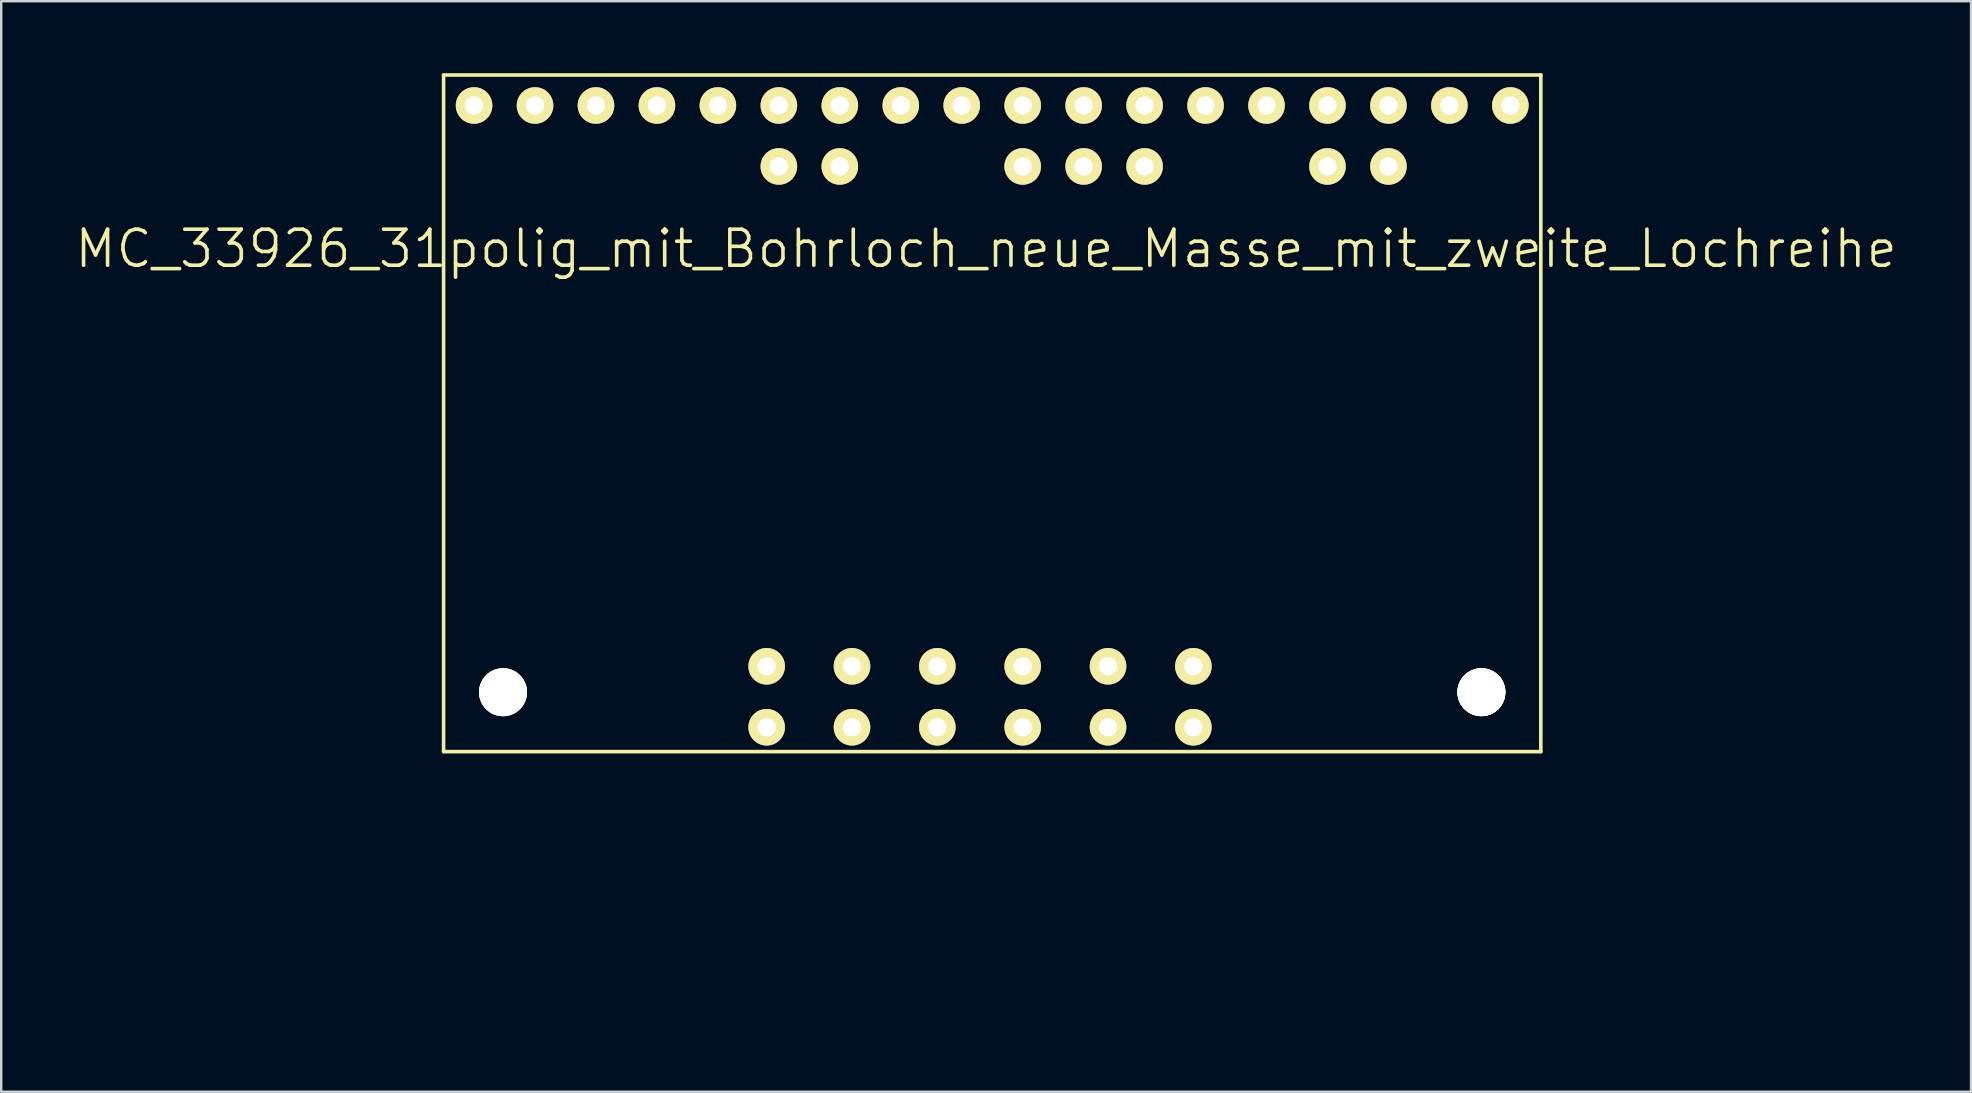
<source format=kicad_pcb>
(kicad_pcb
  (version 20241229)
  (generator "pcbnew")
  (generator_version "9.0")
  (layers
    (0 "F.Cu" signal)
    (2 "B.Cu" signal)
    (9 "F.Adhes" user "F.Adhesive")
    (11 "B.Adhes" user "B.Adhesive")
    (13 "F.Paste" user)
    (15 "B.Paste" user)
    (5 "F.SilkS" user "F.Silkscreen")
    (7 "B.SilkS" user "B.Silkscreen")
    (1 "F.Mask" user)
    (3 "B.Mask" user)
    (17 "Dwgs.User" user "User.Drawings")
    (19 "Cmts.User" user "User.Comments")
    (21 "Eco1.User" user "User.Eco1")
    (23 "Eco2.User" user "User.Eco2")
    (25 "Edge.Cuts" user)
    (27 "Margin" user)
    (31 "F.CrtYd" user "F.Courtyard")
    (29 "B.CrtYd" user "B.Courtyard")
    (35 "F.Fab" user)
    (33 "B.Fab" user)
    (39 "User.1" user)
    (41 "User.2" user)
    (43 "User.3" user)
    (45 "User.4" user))
  (footprint "MC_33926_31polig_mit_Bohrloch_neue_Masse_mit_zweite_Lochreihe"
    (layer "F.Cu")
    (at 11.623 39.191)
    (property "Reference" "MC_33926_31polig_mit_Bohrloch_neue_Masse_mit_zweite_Lochreihe" (at 26.416 -31.877 0) (layer "F.SilkS") (effects (font (size 1.5 1.5) (thickness 0.15))))
    (attr through_hole)
    (fp_line (start 3.81 -39.116) (end 49.53 -39.116) (stroke (width 0.15) (type solid)) (layer "F.SilkS"))
    (fp_line (start 3.81 -10.922) (end 3.81 -39.116) (stroke (width 0.15) (type solid)) (layer "F.SilkS"))
    (fp_line (start 49.53 -39.116) (end 49.53 -10.922) (stroke (width 0.15) (type solid)) (layer "F.SilkS"))
    (fp_line (start 49.53 -10.922) (end 3.81 -10.922) (stroke (width 0.15) (type solid)) (layer "F.SilkS"))
    (fp_circle (center 6.287 -13.399) (end 7.048 -13.906) (stroke (width 0.15) (type solid)) (fill no) (layer "F.SilkS"))
    (fp_circle (center 17.78 -35.306) (end 17.907 -35.052) (stroke (width 0.15) (type solid)) (fill no) (layer "F.SilkS"))
    (fp_circle (center 20.32 -35.306) (end 20.447 -35.052) (stroke (width 0.15) (type solid)) (fill no) (layer "F.SilkS"))
    (fp_circle (center 27.94 -35.306) (end 28.067 -35.052) (stroke (width 0.15) (type solid)) (fill no) (layer "F.SilkS"))
    (fp_circle (center 30.48 -35.306) (end 30.607 -35.052) (stroke (width 0.15) (type solid)) (fill no) (layer "F.SilkS"))
    (fp_circle (center 33.02 -35.306) (end 33.147 -35.052) (stroke (width 0.15) (type solid)) (fill no) (layer "F.SilkS"))
    (fp_circle (center 40.64 -35.306) (end 40.767 -35.052) (stroke (width 0.15) (type solid)) (fill no) (layer "F.SilkS"))
    (fp_circle (center 43.18 -35.306) (end 43.434 -35.179) (stroke (width 0.15) (type solid)) (fill no) (layer "F.SilkS"))
    (fp_circle (center 47.053 -13.399) (end 47.816 -13.906) (stroke (width 0.15) (type solid)) (fill no) (layer "F.SilkS"))
    (fp_circle (center 47.053 -13.399) (end 47.816 -13.906) (stroke (width 0.15) (type solid)) (fill no) (layer "F.SilkS"))
    (fp_circle (center 47.053 -13.399) (end 47.816 -13.906) (stroke (width 0.15) (type solid)) (fill no) (layer "F.SilkS"))
    (fp_circle (center 47.053 -13.399) (end 47.816 -13.906) (stroke (width 0.15) (type solid)) (fill no) (layer "F.SilkS"))
    (pad "1" thru_hole circle (at 5.08 -37.846) (size 1.524 1.524) (drill 0.762) (layers "*.Cu" "*.Mask" "F.SilkS"))
    (pad "2" thru_hole circle (at 7.62 -37.846) (size 1.524 1.524) (drill 0.762) (layers "*.Cu" "*.Mask" "F.SilkS"))
    (pad "3" thru_hole circle (at 10.16 -37.846) (size 1.524 1.524) (drill 0.762) (layers "*.Cu" "*.Mask" "F.SilkS"))
    (pad "4" thru_hole circle (at 12.7 -37.846) (size 1.524 1.524) (drill 0.762) (layers "*.Cu" "*.Mask" "F.SilkS"))
    (pad "5" thru_hole circle (at 15.24 -37.846) (size 1.524 1.524) (drill 0.762) (layers "*.Cu" "*.Mask" "F.SilkS"))
    (pad "6" thru_hole circle (at 17.78 -37.846) (size 1.524 1.524) (drill 0.762) (layers "*.Cu" "*.Mask" "F.SilkS"))
    (pad "7" thru_hole circle (at 20.32 -37.846) (size 1.524 1.524) (drill 0.762) (layers "*.Cu" "*.Mask" "F.SilkS"))
    (pad "8" thru_hole circle (at 22.86 -37.846) (size 1.524 1.524) (drill 0.762) (layers "*.Cu" "*.Mask" "F.SilkS"))
    (pad "9" thru_hole circle (at 25.4 -37.846) (size 1.524 1.524) (drill 0.762) (layers "*.Cu" "*.Mask" "F.SilkS"))
    (pad "10" thru_hole circle (at 27.94 -37.846) (size 1.524 1.524) (drill 0.762) (layers "*.Cu" "*.Mask" "F.SilkS"))
    (pad "11" thru_hole circle (at 30.48 -37.846) (size 1.524 1.524) (drill 0.762) (layers "*.Cu" "*.Mask" "F.SilkS"))
    (pad "12" thru_hole circle (at 33.02 -37.846) (size 1.524 1.524) (drill 0.762) (layers "*.Cu" "*.Mask" "F.SilkS"))
    (pad "13" thru_hole circle (at 35.56 -37.846) (size 1.524 1.524) (drill 0.762) (layers "*.Cu" "*.Mask" "F.SilkS"))
    (pad "14" thru_hole circle (at 38.1 -37.846) (size 1.524 1.524) (drill 0.762) (layers "*.Cu" "*.Mask" "F.SilkS"))
    (pad "15" thru_hole circle (at 40.64 -37.846) (size 1.524 1.524) (drill 0.762) (layers "*.Cu" "*.Mask" "F.SilkS"))
    (pad "16" thru_hole circle (at 43.18 -37.846) (size 1.524 1.524) (drill 0.762) (layers "*.Cu" "*.Mask" "F.SilkS"))
    (pad "17" thru_hole circle (at 45.72 -37.846) (size 1.524 1.524) (drill 0.762) (layers "*.Cu" "*.Mask" "F.SilkS"))
    (pad "18" thru_hole circle (at 48.26 -37.846) (size 1.524 1.524) (drill 0.762) (layers "*.Cu" "*.Mask" "F.SilkS"))
    (pad "19" thru_hole circle (at 17.272 -14.478) (size 1.524 1.524) (drill 0.762) (layers "*.Cu" "*.Mask" "F.SilkS"))
    (pad "19" thru_hole circle (at 17.272 -11.938) (size 1.524 1.524) (drill 0.762) (layers "*.Cu" "*.Mask" "F.SilkS"))
    (pad "20" thru_hole circle (at 20.828 -14.478) (size 1.524 1.524) (drill 0.762) (layers "*.Cu" "*.Mask" "F.SilkS"))
    (pad "20" thru_hole circle (at 20.828 -11.938) (size 1.524 1.524) (drill 0.762) (layers "*.Cu" "*.Mask" "F.SilkS"))
    (pad "21" thru_hole circle (at 24.384 -14.478) (size 1.524 1.524) (drill 0.762) (layers "*.Cu" "*.Mask" "F.SilkS"))
    (pad "21" thru_hole circle (at 24.384 -11.938) (size 1.524 1.524) (drill 0.762) (layers "*.Cu" "*.Mask" "F.SilkS"))
    (pad "22" thru_hole circle (at 27.94 -14.478) (size 1.524 1.524) (drill 0.762) (layers "*.Cu" "*.Mask" "F.SilkS"))
    (pad "22" thru_hole circle (at 27.94 -11.938) (size 1.524 1.524) (drill 0.762) (layers "*.Cu" "*.Mask" "F.SilkS"))
    (pad "23" thru_hole circle (at 31.496 -14.478) (size 1.524 1.524) (drill 0.762) (layers "*.Cu" "*.Mask" "F.SilkS"))
    (pad "23" thru_hole circle (at 31.496 -11.938) (size 1.524 1.524) (drill 0.762) (layers "*.Cu" "*.Mask" "F.SilkS"))
    (pad "24" thru_hole circle (at 35.052 -14.478) (size 1.524 1.524) (drill 0.762) (layers "*.Cu" "*.Mask" "F.SilkS"))
    (pad "24" thru_hole circle (at 35.052 -11.938) (size 1.524 1.524) (drill 0.762) (layers "*.Cu" "*.Mask" "F.SilkS"))
    (pad "25" thru_hole circle (at 17.78 -35.306) (size 1.524 1.524) (drill 0.762) (layers "*.Cu" "*.Mask" "F.SilkS"))
    (pad "26" thru_hole circle (at 20.32 -35.306) (size 1.524 1.524) (drill 0.762) (layers "*.Cu" "*.Mask" "F.SilkS"))
    (pad "27" thru_hole circle (at 27.94 -35.306) (size 1.524 1.524) (drill 0.762) (layers "*.Cu" "*.Mask" "F.SilkS"))
    (pad "28" thru_hole circle (at 30.48 -35.306) (size 1.524 1.524) (drill 0.762) (layers "*.Cu" "*.Mask" "F.SilkS"))
    (pad "29" thru_hole circle (at 33.02 -35.306) (size 1.524 1.524) (drill 0.762) (layers "*.Cu" "*.Mask" "F.SilkS"))
    (pad "30" thru_hole circle (at 40.64 -35.306) (size 1.524 1.524) (drill 0.762) (layers "*.Cu" "*.Mask" "F.SilkS"))
    (pad "31" thru_hole circle (at 43.18 -35.306) (size 1.524 1.524) (drill 0.762) (layers "*.Cu" "*.Mask" "F.SilkS"))
    (pad "~" thru_hole circle (at 6.287 -13.399) (size 2 2) (drill 2) (layers "*.Cu" "*.Mask" "F.SilkS"))
    (pad "~" thru_hole circle (at 47.053 -13.399) (size 2 2) (drill 2) (layers "*.Cu" "*.Mask" "F.SilkS")))
  (gr_rect
    (start -3 -3)
    (end 79.079 42.441)
    (stroke (width 0.1) (type default))
    (fill no)
    (layer "Edge.Cuts")))
</source>
